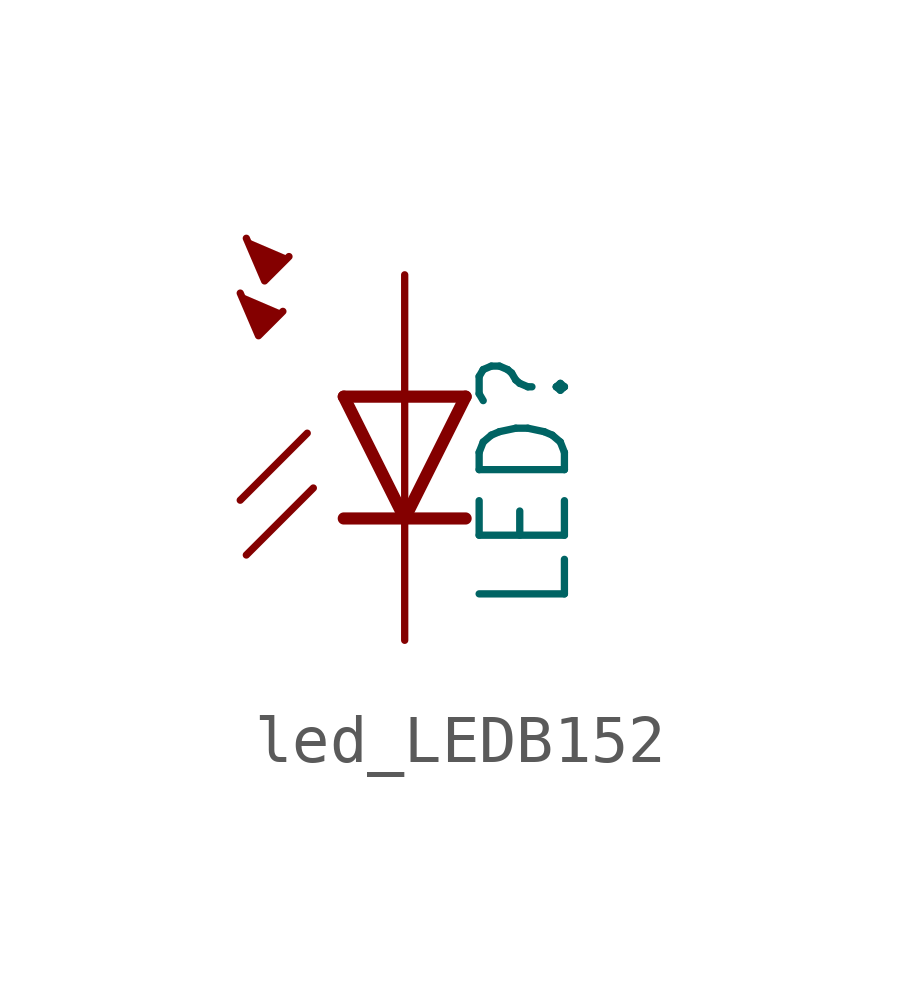
<source format=kicad_sym>
(kicad_symbol_lib
  (version 20241209)
  (generator "kicad_symbol_editor")
  (generator_version "9.0")
  (symbol "led_LEDB152"
    (property "Reference" "LED"
      (at 3.556 -4.572 90)
      (effects (font (size 1.778 1.511)) (justify left bottom)))
    (property "Value" ""
      (at 5.715 -4.572 90)
      (effects (font (size 1.778 1.511)) (justify left bottom)))
    (property "ki_locked" ""
      (at 0 0 0)
      (effects (font (size 1.27 1.27))))
    (symbol "led_LEDB152_1_0"
      (polyline (pts (xy -3.429 2.159) (xy -3.048 1.27) (xy -2.54 1.778)) (stroke (width 0.152) (type solid)) (fill (type outline)))
      (polyline (pts (xy -3.302 3.302) (xy -2.921 2.413) (xy -2.413 2.921)) (stroke (width 0.152) (type solid)) (fill (type outline)))
      (polyline (pts (xy -2.032 -0.762) (xy -3.429 -2.159)) (stroke (width 0.152) (type solid)) (fill (type none)))
      (polyline (pts (xy -1.905 -1.905) (xy -3.302 -3.302)) (stroke (width 0.152) (type solid)) (fill (type none)))
      (polyline (pts (xy 0 0) (xy -1.27 0)) (stroke (width 0.254) (type solid)) (fill (type none)))
      (polyline (pts (xy 0 0) (xy 0 -2.54)) (stroke (width 0.152) (type solid)) (fill (type none)))
      (polyline (pts (xy 0 -2.54) (xy -1.27 0)) (stroke (width 0.254) (type solid)) (fill (type none)))
      (polyline (pts (xy 0 -2.54) (xy -1.27 -2.54)) (stroke (width 0.254) (type solid)) (fill (type none)))
      (polyline (pts (xy 1.27 0) (xy 0 0)) (stroke (width 0.254) (type solid)) (fill (type none)))
      (polyline (pts (xy 1.27 0) (xy 0 -2.54)) (stroke (width 0.254) (type solid)) (fill (type none)))
      (polyline (pts (xy 1.27 -2.54) (xy 0 -2.54)) (stroke (width 0.254) (type solid)) (fill (type none)))
      (pin passive line (at 0 2.54 270) (length 2.54) (name "A" (effects (font (size 0 0)))) (number "A" (effects (font (size 0 0)))))
      (pin passive line (at 0 -5.08 90) (length 2.54) (name "C" (effects (font (size 0 0)))) (number "K" (effects (font (size 0 0))))))))
</source>
